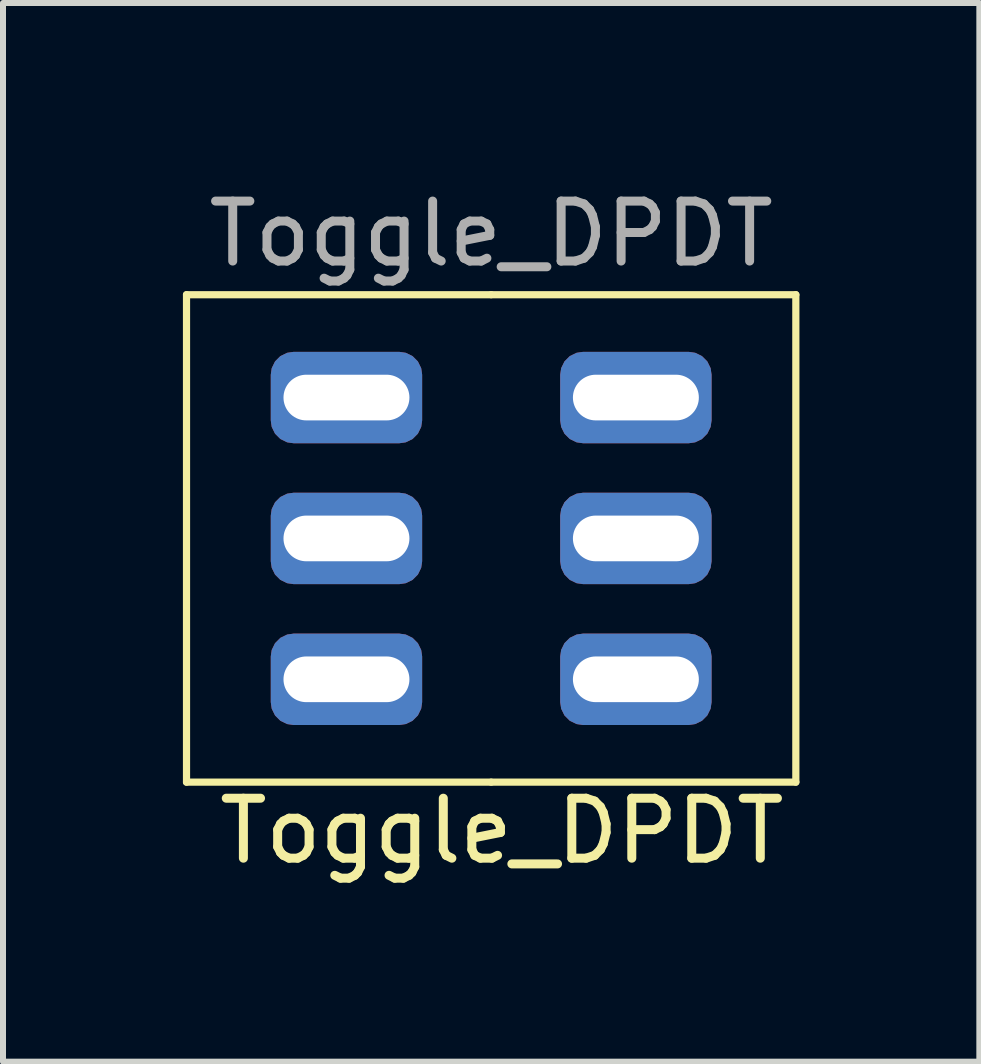
<source format=kicad_pcb>
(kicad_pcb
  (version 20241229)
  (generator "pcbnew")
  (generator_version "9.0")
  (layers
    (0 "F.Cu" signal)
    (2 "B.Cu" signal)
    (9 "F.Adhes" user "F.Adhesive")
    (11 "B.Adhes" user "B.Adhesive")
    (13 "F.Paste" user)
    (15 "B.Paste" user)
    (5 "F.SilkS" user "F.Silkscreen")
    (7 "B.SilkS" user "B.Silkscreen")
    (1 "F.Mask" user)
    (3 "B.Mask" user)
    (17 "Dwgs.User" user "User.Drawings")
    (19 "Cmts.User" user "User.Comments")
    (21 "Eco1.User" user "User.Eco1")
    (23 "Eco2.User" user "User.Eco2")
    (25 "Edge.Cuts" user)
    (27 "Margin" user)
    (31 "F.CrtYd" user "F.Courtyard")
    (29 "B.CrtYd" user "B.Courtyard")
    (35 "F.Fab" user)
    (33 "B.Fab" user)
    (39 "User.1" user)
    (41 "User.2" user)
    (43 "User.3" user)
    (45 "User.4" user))
  (footprint "Toggle_DPDT"
    (layer "F.Cu")
    (at 5.14 5.928)
    (property "Reference" "Toggle_DPDT" (at 0.178 4.877 0) (unlocked yes) (layer "F.SilkS") (effects (font (size 1 1) (thickness 0.15))))
    (attr through_hole)
    (fp_line (start -5.08 -4.064) (end 0 -4.064) (stroke (width 0.12) (type solid)) (layer "F.SilkS"))
    (fp_line (start -5.08 4.064) (end -5.08 -4.064) (stroke (width 0.12) (type solid)) (layer "F.SilkS"))
    (fp_line (start 0 -4.064) (end 5.08 -4.064) (stroke (width 0.12) (type solid)) (layer "F.SilkS"))
    (fp_line (start 0 4.064) (end -5.08 4.064) (stroke (width 0.12) (type solid)) (layer "F.SilkS"))
    (fp_line (start 5.08 -4.064) (end 5.08 4.064) (stroke (width 0.12) (type solid)) (layer "F.SilkS"))
    (fp_line (start 5.08 4.064) (end 0 4.064) (stroke (width 0.12) (type solid)) (layer "F.SilkS"))
    (fp_text user "${REFERENCE}" (at 0 -5.08 0) (unlocked yes) (layer "F.Fab") (effects (font (size 1 1) (thickness 0.15))))
    (pad "1" thru_hole roundrect (at -2.413 -2.349) (size 2.524 1.524) (drill oval 2.1 0.762) (layers "*.Cu" "*.Mask") (roundrect_rratio 0.25))
    (pad "2" thru_hole roundrect (at -2.413 0) (size 2.524 1.524) (drill oval 2.1 0.762) (layers "*.Cu" "*.Mask") (roundrect_rratio 0.25))
    (pad "3" thru_hole roundrect (at -2.413 2.349) (size 2.524 1.524) (drill oval 2.1 0.762) (layers "*.Cu" "*.Mask") (roundrect_rratio 0.25))
    (pad "4" thru_hole roundrect (at 2.413 -2.349) (size 2.524 1.524) (drill oval 2.1 0.762) (layers "*.Cu" "*.Mask") (roundrect_rratio 0.25))
    (pad "5" thru_hole roundrect (at 2.413 0) (size 2.524 1.524) (drill oval 2.1 0.762) (layers "*.Cu" "*.Mask") (roundrect_rratio 0.25))
    (pad "6" thru_hole roundrect (at 2.413 2.349) (size 2.524 1.524) (drill oval 2.1 0.762) (layers "*.Cu" "*.Mask") (roundrect_rratio 0.25)))
  (gr_rect
    (start -3 -3)
    (end 13.28 14.653)
    (stroke (width 0.1) (type default))
    (fill no)
    (layer "Edge.Cuts")))
</source>
